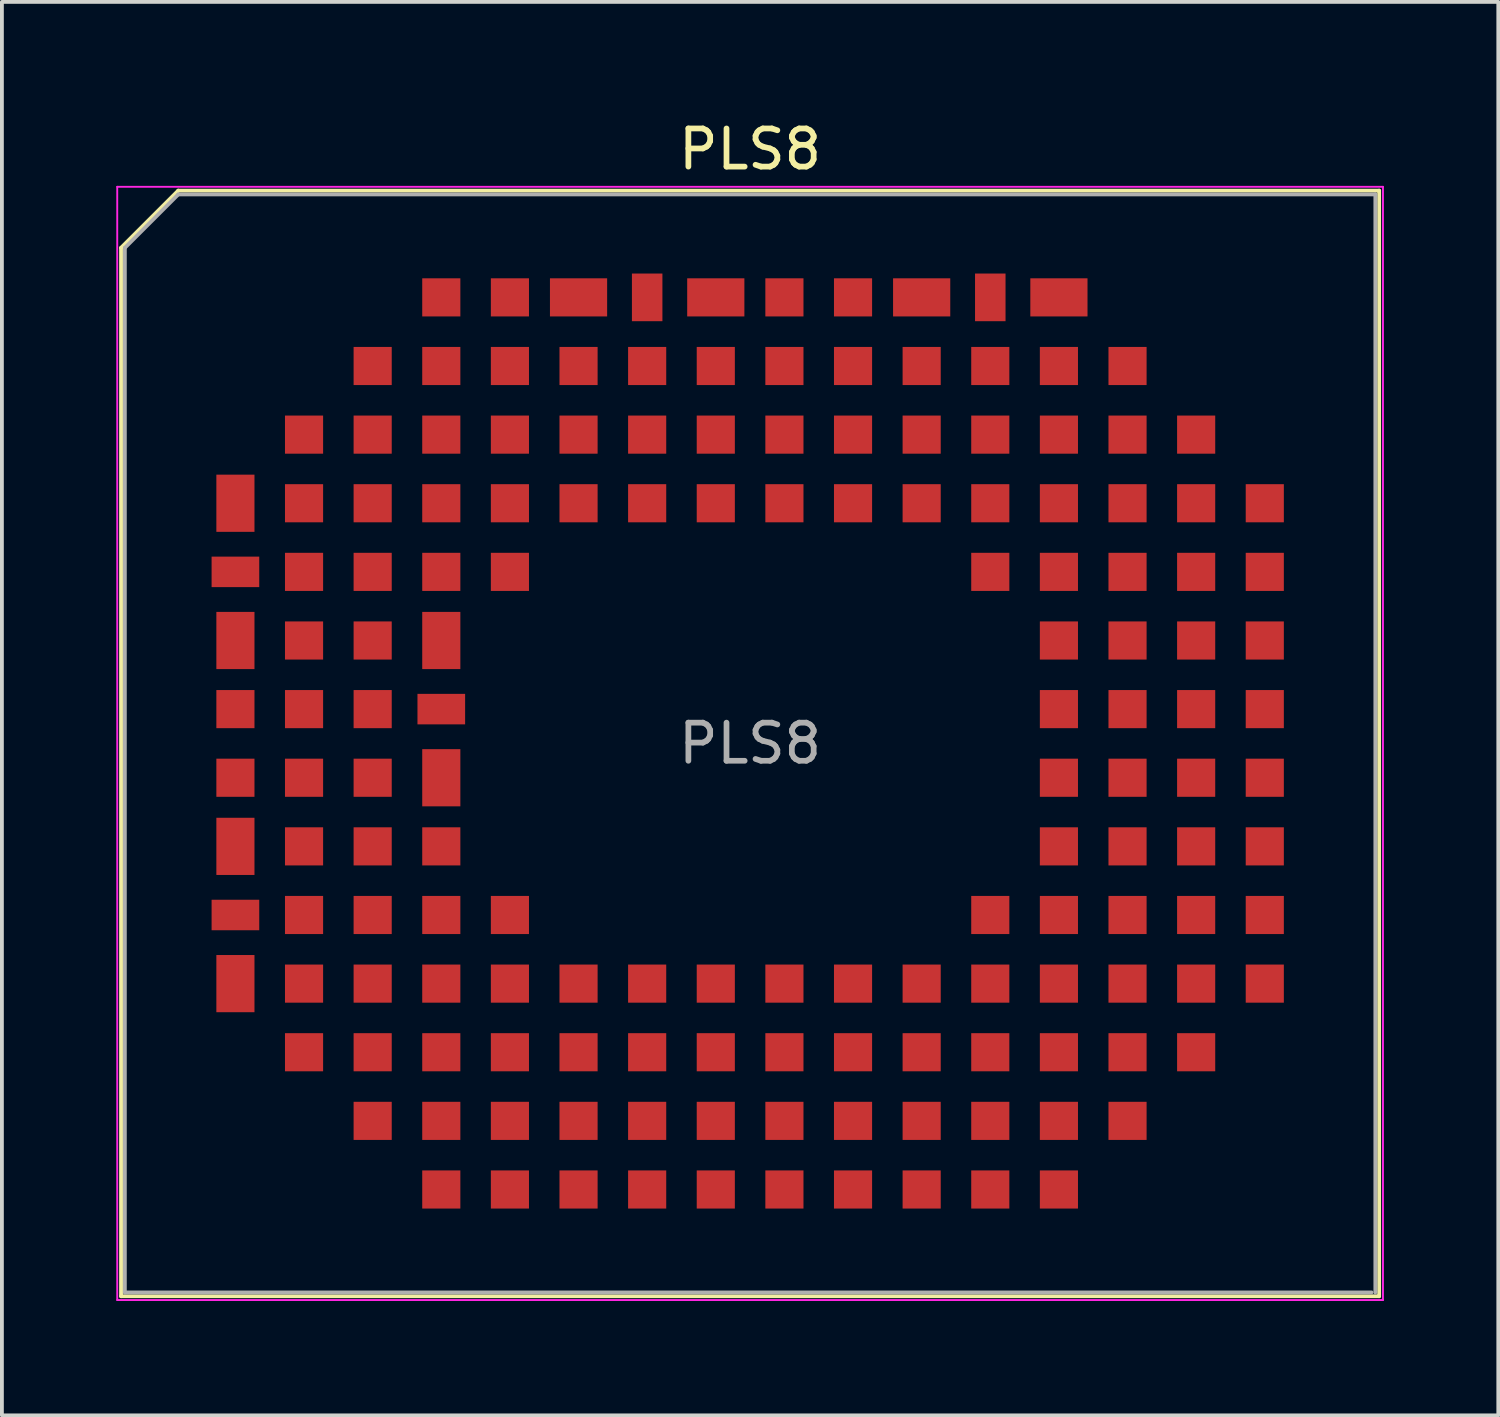
<source format=kicad_pcb>
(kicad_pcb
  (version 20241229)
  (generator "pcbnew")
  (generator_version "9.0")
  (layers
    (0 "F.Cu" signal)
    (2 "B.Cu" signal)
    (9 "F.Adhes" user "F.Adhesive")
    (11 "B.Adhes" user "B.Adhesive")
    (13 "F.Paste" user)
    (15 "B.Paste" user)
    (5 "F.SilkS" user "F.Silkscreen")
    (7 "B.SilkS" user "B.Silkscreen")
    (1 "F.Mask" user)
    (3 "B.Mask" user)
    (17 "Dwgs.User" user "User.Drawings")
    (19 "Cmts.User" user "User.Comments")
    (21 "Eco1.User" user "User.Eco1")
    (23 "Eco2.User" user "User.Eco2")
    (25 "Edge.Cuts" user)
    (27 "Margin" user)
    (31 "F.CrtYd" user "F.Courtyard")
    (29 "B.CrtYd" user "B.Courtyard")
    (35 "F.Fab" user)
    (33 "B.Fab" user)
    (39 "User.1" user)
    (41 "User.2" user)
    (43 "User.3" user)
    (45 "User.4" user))
  (footprint "PLS8"
    (layer "F.Cu")
    (at 16.625 16.45)
    (property "Reference" "PLS8" (at 0 -15 0) (layer "F.SilkS") (effects (font (size 1 1) (thickness 0.15)) (justify bottom)))
    (fp_line (start -16.5 -13) (end -16.5 14.5) (stroke (width 0.1) (type solid)) (layer "F.SilkS"))
    (fp_line (start -15 -14.5) (end -16.5 -13) (stroke (width 0.1) (type solid)) (layer "F.SilkS"))
    (fp_line (start 16.5 -14.5) (end -15 -14.5) (stroke (width 0.1) (type solid)) (layer "F.SilkS"))
    (fp_line (start 16.5 -14.5) (end 16.5 14.5) (stroke (width 0.1) (type solid)) (layer "F.SilkS"))
    (fp_line (start 16.5 14.5) (end -16.5 14.5) (stroke (width 0.1) (type solid)) (layer "F.SilkS"))
    (fp_line (start -16.6 -14.6) (end -16.6 14.6) (stroke (width 0.05) (type solid)) (layer "F.CrtYd"))
    (fp_line (start -16.6 14.6) (end 16.6 14.6) (stroke (width 0.05) (type solid)) (layer "F.CrtYd"))
    (fp_line (start 16.6 -14.6) (end -16.6 -14.6) (stroke (width 0.05) (type solid)) (layer "F.CrtYd"))
    (fp_line (start 16.6 14.6) (end 16.6 -14.6) (stroke (width 0.05) (type solid)) (layer "F.CrtYd"))
    (fp_line (start -16.4 -13) (end -16.4 14.4) (stroke (width 0.1) (type solid)) (layer "F.Fab"))
    (fp_line (start -16.4 14.4) (end 16.3 14.4) (stroke (width 0.1) (type solid)) (layer "F.Fab"))
    (fp_line (start -15 -14.4) (end -16.4 -13) (stroke (width 0.1) (type solid)) (layer "F.Fab"))
    (fp_line (start 16.4 -14.4) (end -15 -14.4) (stroke (width 0.1) (type solid)) (layer "F.Fab"))
    (fp_line (start 16.4 14.4) (end 16.4 -14.4) (stroke (width 0.1) (type solid)) (layer "F.Fab"))
    (fp_text user "${REFERENCE}" (at 0 0 0) (layer "F.Fab") (effects (font (size 1 1) (thickness 0.15))))
    (pad "A4" smd rect (at -8.1 -11.7) (size 1 1) (layers "F.Cu" "F.Mask" "F.Paste"))
    (pad "A5" smd rect (at -6.3 -11.7) (size 1 1) (layers "F.Cu" "F.Mask" "F.Paste"))
    (pad "A6" smd rect (at -4.5 -11.7) (size 1.5 1) (layers "F.Cu" "F.Mask" "F.Paste"))
    (pad "A7" smd rect (at -2.7 -11.7 90) (size 1.25 0.8) (layers "F.Cu" "F.Mask" "F.Paste"))
    (pad "A8" smd rect (at -0.9 -11.7) (size 1.5 1) (layers "F.Cu" "F.Mask" "F.Paste"))
    (pad "A9" smd rect (at 0.9 -11.7) (size 1 1) (layers "F.Cu" "F.Mask" "F.Paste"))
    (pad "A10" smd rect (at 2.7 -11.7) (size 1 1) (layers "F.Cu" "F.Mask" "F.Paste"))
    (pad "A11" smd rect (at 4.5 -11.7) (size 1.5 1) (layers "F.Cu" "F.Mask" "F.Paste"))
    (pad "A12" smd rect (at 6.3 -11.7 90) (size 1.25 0.8) (layers "F.Cu" "F.Mask" "F.Paste"))
    (pad "A13" smd rect (at 8.1 -11.7) (size 1.5 1) (layers "F.Cu" "F.Mask" "F.Paste"))
    (pad "B3" smd rect (at -9.9 -9.9) (size 1 1) (layers "F.Cu" "F.Mask" "F.Paste"))
    (pad "B4" smd rect (at -8.1 -9.9) (size 1 1) (layers "F.Cu" "F.Mask" "F.Paste"))
    (pad "B5" smd rect (at -6.3 -9.9) (size 1 1) (layers "F.Cu" "F.Mask" "F.Paste"))
    (pad "B6" smd rect (at -4.5 -9.9) (size 1 1) (layers "F.Cu" "F.Mask" "F.Paste"))
    (pad "B7" smd rect (at -2.7 -9.9) (size 1 1) (layers "F.Cu" "F.Mask" "F.Paste"))
    (pad "B8" smd rect (at -0.9 -9.9) (size 1 1) (layers "F.Cu" "F.Mask" "F.Paste"))
    (pad "B9" smd rect (at 0.9 -9.9) (size 1 1) (layers "F.Cu" "F.Mask" "F.Paste"))
    (pad "B10" smd rect (at 2.7 -9.9) (size 1 1) (layers "F.Cu" "F.Mask" "F.Paste"))
    (pad "B11" smd rect (at 4.5 -9.9) (size 1 1) (layers "F.Cu" "F.Mask" "F.Paste"))
    (pad "B12" smd rect (at 6.3 -9.9) (size 1 1) (layers "F.Cu" "F.Mask" "F.Paste"))
    (pad "B13" smd rect (at 8.1 -9.9) (size 1 1) (layers "F.Cu" "F.Mask" "F.Paste"))
    (pad "B14" smd rect (at 9.9 -9.9) (size 1 1) (layers "F.Cu" "F.Mask" "F.Paste"))
    (pad "C2" smd rect (at -11.7 -8.1) (size 1 1) (layers "F.Cu" "F.Mask" "F.Paste"))
    (pad "C3" smd rect (at -9.9 -8.1) (size 1 1) (layers "F.Cu" "F.Mask" "F.Paste"))
    (pad "C4" smd rect (at -8.1 -8.1) (size 1 1) (layers "F.Cu" "F.Mask" "F.Paste"))
    (pad "C5" smd rect (at -6.3 -8.1) (size 1 1) (layers "F.Cu" "F.Mask" "F.Paste"))
    (pad "C6" smd rect (at -4.5 -8.1) (size 1 1) (layers "F.Cu" "F.Mask" "F.Paste"))
    (pad "C7" smd rect (at -2.7 -8.1) (size 1 1) (layers "F.Cu" "F.Mask" "F.Paste"))
    (pad "C8" smd rect (at -0.9 -8.1) (size 1 1) (layers "F.Cu" "F.Mask" "F.Paste"))
    (pad "C9" smd rect (at 0.9 -8.1) (size 1 1) (layers "F.Cu" "F.Mask" "F.Paste"))
    (pad "C10" smd rect (at 2.7 -8.1) (size 1 1) (layers "F.Cu" "F.Mask" "F.Paste"))
    (pad "C11" smd rect (at 4.5 -8.1) (size 1 1) (layers "F.Cu" "F.Mask" "F.Paste"))
    (pad "C12" smd rect (at 6.3 -8.1) (size 1 1) (layers "F.Cu" "F.Mask" "F.Paste"))
    (pad "C13" smd rect (at 8.1 -8.1) (size 1 1) (layers "F.Cu" "F.Mask" "F.Paste"))
    (pad "C14" smd rect (at 9.9 -8.1) (size 1 1) (layers "F.Cu" "F.Mask" "F.Paste"))
    (pad "C15" smd rect (at 11.7 -8.1) (size 1 1) (layers "F.Cu" "F.Mask" "F.Paste"))
    (pad "D1" smd rect (at -13.5 -6.3 90) (size 1.5 1) (layers "F.Cu" "F.Mask" "F.Paste"))
    (pad "D2" smd rect (at -11.7 -6.3) (size 1 1) (layers "F.Cu" "F.Mask" "F.Paste"))
    (pad "D3" smd rect (at -9.9 -6.3) (size 1 1) (layers "F.Cu" "F.Mask" "F.Paste"))
    (pad "D4" smd rect (at -8.1 -6.3) (size 1 1) (layers "F.Cu" "F.Mask" "F.Paste"))
    (pad "D5" smd rect (at -6.3 -6.3) (size 1 1) (layers "F.Cu" "F.Mask" "F.Paste"))
    (pad "D6" smd rect (at -4.5 -6.3) (size 1 1) (layers "F.Cu" "F.Mask" "F.Paste"))
    (pad "D7" smd rect (at -2.7 -6.3) (size 1 1) (layers "F.Cu" "F.Mask" "F.Paste"))
    (pad "D8" smd rect (at -0.9 -6.3) (size 1 1) (layers "F.Cu" "F.Mask" "F.Paste"))
    (pad "D9" smd rect (at 0.9 -6.3) (size 1 1) (layers "F.Cu" "F.Mask" "F.Paste"))
    (pad "D10" smd rect (at 2.7 -6.3) (size 1 1) (layers "F.Cu" "F.Mask" "F.Paste"))
    (pad "D11" smd rect (at 4.5 -6.3) (size 1 1) (layers "F.Cu" "F.Mask" "F.Paste"))
    (pad "D12" smd rect (at 6.3 -6.3) (size 1 1) (layers "F.Cu" "F.Mask" "F.Paste"))
    (pad "D13" smd rect (at 8.1 -6.3) (size 1 1) (layers "F.Cu" "F.Mask" "F.Paste"))
    (pad "D14" smd rect (at 9.9 -6.3) (size 1 1) (layers "F.Cu" "F.Mask" "F.Paste"))
    (pad "D15" smd rect (at 11.7 -6.3) (size 1 1) (layers "F.Cu" "F.Mask" "F.Paste"))
    (pad "D16" smd rect (at 13.5 -6.3) (size 1 1) (layers "F.Cu" "F.Mask" "F.Paste"))
    (pad "E1" smd rect (at -13.5 -4.5) (size 1.25 0.8) (layers "F.Cu" "F.Mask" "F.Paste"))
    (pad "E2" smd rect (at -11.7 -4.5) (size 1 1) (layers "F.Cu" "F.Mask" "F.Paste"))
    (pad "E3" smd rect (at -9.9 -4.5) (size 1 1) (layers "F.Cu" "F.Mask" "F.Paste"))
    (pad "E4" smd rect (at -8.1 -4.5) (size 1 1) (layers "F.Cu" "F.Mask" "F.Paste"))
    (pad "E5" smd rect (at -6.3 -4.5) (size 1 1) (layers "F.Cu" "F.Mask" "F.Paste"))
    (pad "E12" smd rect (at 6.3 -4.5) (size 1 1) (layers "F.Cu" "F.Mask" "F.Paste"))
    (pad "E13" smd rect (at 8.1 -4.5) (size 1 1) (layers "F.Cu" "F.Mask" "F.Paste"))
    (pad "E14" smd rect (at 9.9 -4.5) (size 1 1) (layers "F.Cu" "F.Mask" "F.Paste"))
    (pad "E15" smd rect (at 11.7 -4.5) (size 1 1) (layers "F.Cu" "F.Mask" "F.Paste"))
    (pad "E16" smd rect (at 13.5 -4.5) (size 1 1) (layers "F.Cu" "F.Mask" "F.Paste"))
    (pad "F1" smd rect (at -13.5 -2.7 90) (size 1.5 1) (layers "F.Cu" "F.Mask" "F.Paste"))
    (pad "F2" smd rect (at -11.7 -2.7) (size 1 1) (layers "F.Cu" "F.Mask" "F.Paste"))
    (pad "F3" smd rect (at -9.9 -2.7) (size 1 1) (layers "F.Cu" "F.Mask" "F.Paste"))
    (pad "F4" smd rect (at -8.1 -2.7 90) (size 1.5 1) (layers "F.Cu" "F.Mask" "F.Paste"))
    (pad "F13" smd rect (at 8.1 -2.7) (size 1 1) (layers "F.Cu" "F.Mask" "F.Paste"))
    (pad "F14" smd rect (at 9.9 -2.7) (size 1 1) (layers "F.Cu" "F.Mask" "F.Paste"))
    (pad "F15" smd rect (at 11.7 -2.7) (size 1 1) (layers "F.Cu" "F.Mask" "F.Paste"))
    (pad "F16" smd rect (at 13.5 -2.7) (size 1 1) (layers "F.Cu" "F.Mask" "F.Paste"))
    (pad "G1" smd rect (at -13.5 -0.9) (size 1 1) (layers "F.Cu" "F.Mask" "F.Paste"))
    (pad "G2" smd rect (at -11.7 -0.9) (size 1 1) (layers "F.Cu" "F.Mask" "F.Paste"))
    (pad "G3" smd rect (at -9.9 -0.9) (size 1 1) (layers "F.Cu" "F.Mask" "F.Paste"))
    (pad "G4" smd rect (at -8.1 -0.9) (size 1.25 0.8) (layers "F.Cu" "F.Mask" "F.Paste"))
    (pad "G13" smd rect (at 8.1 -0.9) (size 1 1) (layers "F.Cu" "F.Mask" "F.Paste"))
    (pad "G14" smd rect (at 9.9 -0.9) (size 1 1) (layers "F.Cu" "F.Mask" "F.Paste"))
    (pad "G15" smd rect (at 11.7 -0.9) (size 1 1) (layers "F.Cu" "F.Mask" "F.Paste"))
    (pad "G16" smd rect (at 13.5 -0.9) (size 1 1) (layers "F.Cu" "F.Mask" "F.Paste"))
    (pad "H1" smd rect (at -13.5 0.9) (size 1 1) (layers "F.Cu" "F.Mask" "F.Paste"))
    (pad "H2" smd rect (at -11.7 0.9) (size 1 1) (layers "F.Cu" "F.Mask" "F.Paste"))
    (pad "H3" smd rect (at -9.9 0.9) (size 1 1) (layers "F.Cu" "F.Mask" "F.Paste"))
    (pad "H4" smd rect (at -8.1 0.9 90) (size 1.5 1) (layers "F.Cu" "F.Mask" "F.Paste"))
    (pad "H13" smd rect (at 8.1 0.9) (size 1 1) (layers "F.Cu" "F.Mask" "F.Paste"))
    (pad "H14" smd rect (at 9.9 0.9) (size 1 1) (layers "F.Cu" "F.Mask" "F.Paste"))
    (pad "H15" smd rect (at 11.7 0.9) (size 1 1) (layers "F.Cu" "F.Mask" "F.Paste"))
    (pad "H16" smd rect (at 13.5 0.9) (size 1 1) (layers "F.Cu" "F.Mask" "F.Paste"))
    (pad "J1" smd rect (at -13.5 2.7 90) (size 1.5 1) (layers "F.Cu" "F.Mask" "F.Paste"))
    (pad "J2" smd rect (at -11.7 2.7) (size 1 1) (layers "F.Cu" "F.Mask" "F.Paste"))
    (pad "J3" smd rect (at -9.9 2.7) (size 1 1) (layers "F.Cu" "F.Mask" "F.Paste"))
    (pad "J4" smd rect (at -8.1 2.7) (size 1 1) (layers "F.Cu" "F.Mask" "F.Paste"))
    (pad "J13" smd rect (at 8.1 2.7) (size 1 1) (layers "F.Cu" "F.Mask" "F.Paste"))
    (pad "J14" smd rect (at 9.9 2.7) (size 1 1) (layers "F.Cu" "F.Mask" "F.Paste"))
    (pad "J15" smd rect (at 11.7 2.7) (size 1 1) (layers "F.Cu" "F.Mask" "F.Paste"))
    (pad "J16" smd rect (at 13.5 2.7) (size 1 1) (layers "F.Cu" "F.Mask" "F.Paste"))
    (pad "K1" smd rect (at -13.5 4.5) (size 1.25 0.8) (layers "F.Cu" "F.Mask" "F.Paste"))
    (pad "K2" smd rect (at -11.7 4.5) (size 1 1) (layers "F.Cu" "F.Mask" "F.Paste"))
    (pad "K3" smd rect (at -9.9 4.5) (size 1 1) (layers "F.Cu" "F.Mask" "F.Paste"))
    (pad "K4" smd rect (at -8.1 4.5) (size 1 1) (layers "F.Cu" "F.Mask" "F.Paste"))
    (pad "K5" smd rect (at -6.3 4.5) (size 1 1) (layers "F.Cu" "F.Mask" "F.Paste"))
    (pad "K12" smd rect (at 6.3 4.5) (size 1 1) (layers "F.Cu" "F.Mask" "F.Paste"))
    (pad "K13" smd rect (at 8.1 4.5) (size 1 1) (layers "F.Cu" "F.Mask" "F.Paste"))
    (pad "K14" smd rect (at 9.9 4.5) (size 1 1) (layers "F.Cu" "F.Mask" "F.Paste"))
    (pad "K15" smd rect (at 11.7 4.5) (size 1 1) (layers "F.Cu" "F.Mask" "F.Paste"))
    (pad "K16" smd rect (at 13.5 4.5) (size 1 1) (layers "F.Cu" "F.Mask" "F.Paste"))
    (pad "L1" smd rect (at -13.5 6.3 90) (size 1.5 1) (layers "F.Cu" "F.Mask" "F.Paste"))
    (pad "L2" smd rect (at -11.7 6.3) (size 1 1) (layers "F.Cu" "F.Mask" "F.Paste"))
    (pad "L3" smd rect (at -9.9 6.3) (size 1 1) (layers "F.Cu" "F.Mask" "F.Paste"))
    (pad "L4" smd rect (at -8.1 6.3) (size 1 1) (layers "F.Cu" "F.Mask" "F.Paste"))
    (pad "L5" smd rect (at -6.3 6.3) (size 1 1) (layers "F.Cu" "F.Mask" "F.Paste"))
    (pad "L6" smd rect (at -4.5 6.3) (size 1 1) (layers "F.Cu" "F.Mask" "F.Paste"))
    (pad "L7" smd rect (at -2.7 6.3) (size 1 1) (layers "F.Cu" "F.Mask" "F.Paste"))
    (pad "L8" smd rect (at -0.9 6.3) (size 1 1) (layers "F.Cu" "F.Mask" "F.Paste"))
    (pad "L9" smd rect (at 0.9 6.3) (size 1 1) (layers "F.Cu" "F.Mask" "F.Paste"))
    (pad "L10" smd rect (at 2.7 6.3) (size 1 1) (layers "F.Cu" "F.Mask" "F.Paste"))
    (pad "L11" smd rect (at 4.5 6.3) (size 1 1) (layers "F.Cu" "F.Mask" "F.Paste"))
    (pad "L12" smd rect (at 6.3 6.3) (size 1 1) (layers "F.Cu" "F.Mask" "F.Paste"))
    (pad "L13" smd rect (at 8.1 6.3) (size 1 1) (layers "F.Cu" "F.Mask" "F.Paste"))
    (pad "L14" smd rect (at 9.9 6.3) (size 1 1) (layers "F.Cu" "F.Mask" "F.Paste"))
    (pad "L15" smd rect (at 11.7 6.3) (size 1 1) (layers "F.Cu" "F.Mask" "F.Paste"))
    (pad "L16" smd rect (at 13.5 6.3) (size 1 1) (layers "F.Cu" "F.Mask" "F.Paste"))
    (pad "M2" smd rect (at -11.7 8.1) (size 1 1) (layers "F.Cu" "F.Mask" "F.Paste"))
    (pad "M3" smd rect (at -9.9 8.1) (size 1 1) (layers "F.Cu" "F.Mask" "F.Paste"))
    (pad "M4" smd rect (at -8.1 8.1) (size 1 1) (layers "F.Cu" "F.Mask" "F.Paste"))
    (pad "M5" smd rect (at -6.3 8.1) (size 1 1) (layers "F.Cu" "F.Mask" "F.Paste"))
    (pad "M6" smd rect (at -4.5 8.1) (size 1 1) (layers "F.Cu" "F.Mask" "F.Paste"))
    (pad "M7" smd rect (at -2.7 8.1) (size 1 1) (layers "F.Cu" "F.Mask" "F.Paste"))
    (pad "M8" smd rect (at -0.9 8.1) (size 1 1) (layers "F.Cu" "F.Mask" "F.Paste"))
    (pad "M9" smd rect (at 0.9 8.1) (size 1 1) (layers "F.Cu" "F.Mask" "F.Paste"))
    (pad "M10" smd rect (at 2.7 8.1) (size 1 1) (layers "F.Cu" "F.Mask" "F.Paste"))
    (pad "M11" smd rect (at 4.5 8.1) (size 1 1) (layers "F.Cu" "F.Mask" "F.Paste"))
    (pad "M12" smd rect (at 6.3 8.1) (size 1 1) (layers "F.Cu" "F.Mask" "F.Paste"))
    (pad "M13" smd rect (at 8.1 8.1) (size 1 1) (layers "F.Cu" "F.Mask" "F.Paste"))
    (pad "M14" smd rect (at 9.9 8.1) (size 1 1) (layers "F.Cu" "F.Mask" "F.Paste"))
    (pad "M15" smd rect (at 11.7 8.1) (size 1 1) (layers "F.Cu" "F.Mask" "F.Paste"))
    (pad "N3" smd rect (at -9.9 9.9) (size 1 1) (layers "F.Cu" "F.Mask" "F.Paste"))
    (pad "N4" smd rect (at -8.1 9.9) (size 1 1) (layers "F.Cu" "F.Mask" "F.Paste"))
    (pad "N5" smd rect (at -6.3 9.9) (size 1 1) (layers "F.Cu" "F.Mask" "F.Paste"))
    (pad "N6" smd rect (at -4.5 9.9) (size 1 1) (layers "F.Cu" "F.Mask" "F.Paste"))
    (pad "N7" smd rect (at -2.7 9.9) (size 1 1) (layers "F.Cu" "F.Mask" "F.Paste"))
    (pad "N8" smd rect (at -0.9 9.9) (size 1 1) (layers "F.Cu" "F.Mask" "F.Paste"))
    (pad "N9" smd rect (at 0.9 9.9) (size 1 1) (layers "F.Cu" "F.Mask" "F.Paste"))
    (pad "N10" smd rect (at 2.7 9.9) (size 1 1) (layers "F.Cu" "F.Mask" "F.Paste"))
    (pad "N11" smd rect (at 4.5 9.9) (size 1 1) (layers "F.Cu" "F.Mask" "F.Paste"))
    (pad "N12" smd rect (at 6.3 9.9) (size 1 1) (layers "F.Cu" "F.Mask" "F.Paste"))
    (pad "N13" smd rect (at 8.1 9.9) (size 1 1) (layers "F.Cu" "F.Mask" "F.Paste"))
    (pad "N14" smd rect (at 9.9 9.9) (size 1 1) (layers "F.Cu" "F.Mask" "F.Paste"))
    (pad "P4" smd rect (at -8.1 11.7) (size 1 1) (layers "F.Cu" "F.Mask" "F.Paste"))
    (pad "P5" smd rect (at -6.3 11.7) (size 1 1) (layers "F.Cu" "F.Mask" "F.Paste"))
    (pad "P6" smd rect (at -4.5 11.7) (size 1 1) (layers "F.Cu" "F.Mask" "F.Paste"))
    (pad "P7" smd rect (at -2.7 11.7) (size 1 1) (layers "F.Cu" "F.Mask" "F.Paste"))
    (pad "P8" smd rect (at -0.9 11.7) (size 1 1) (layers "F.Cu" "F.Mask" "F.Paste"))
    (pad "P9" smd rect (at 0.9 11.7) (size 1 1) (layers "F.Cu" "F.Mask" "F.Paste"))
    (pad "P10" smd rect (at 2.7 11.7) (size 1 1) (layers "F.Cu" "F.Mask" "F.Paste"))
    (pad "P11" smd rect (at 4.5 11.7) (size 1 1) (layers "F.Cu" "F.Mask" "F.Paste"))
    (pad "P12" smd rect (at 6.3 11.7) (size 1 1) (layers "F.Cu" "F.Mask" "F.Paste"))
    (pad "P13" smd rect (at 8.1 11.7) (size 1 1) (layers "F.Cu" "F.Mask" "F.Paste")))
  (gr_rect
    (start -3 -3)
    (end 36.25 34.075)
    (stroke (width 0.1) (type default))
    (fill no)
    (layer "Edge.Cuts")))
</source>
